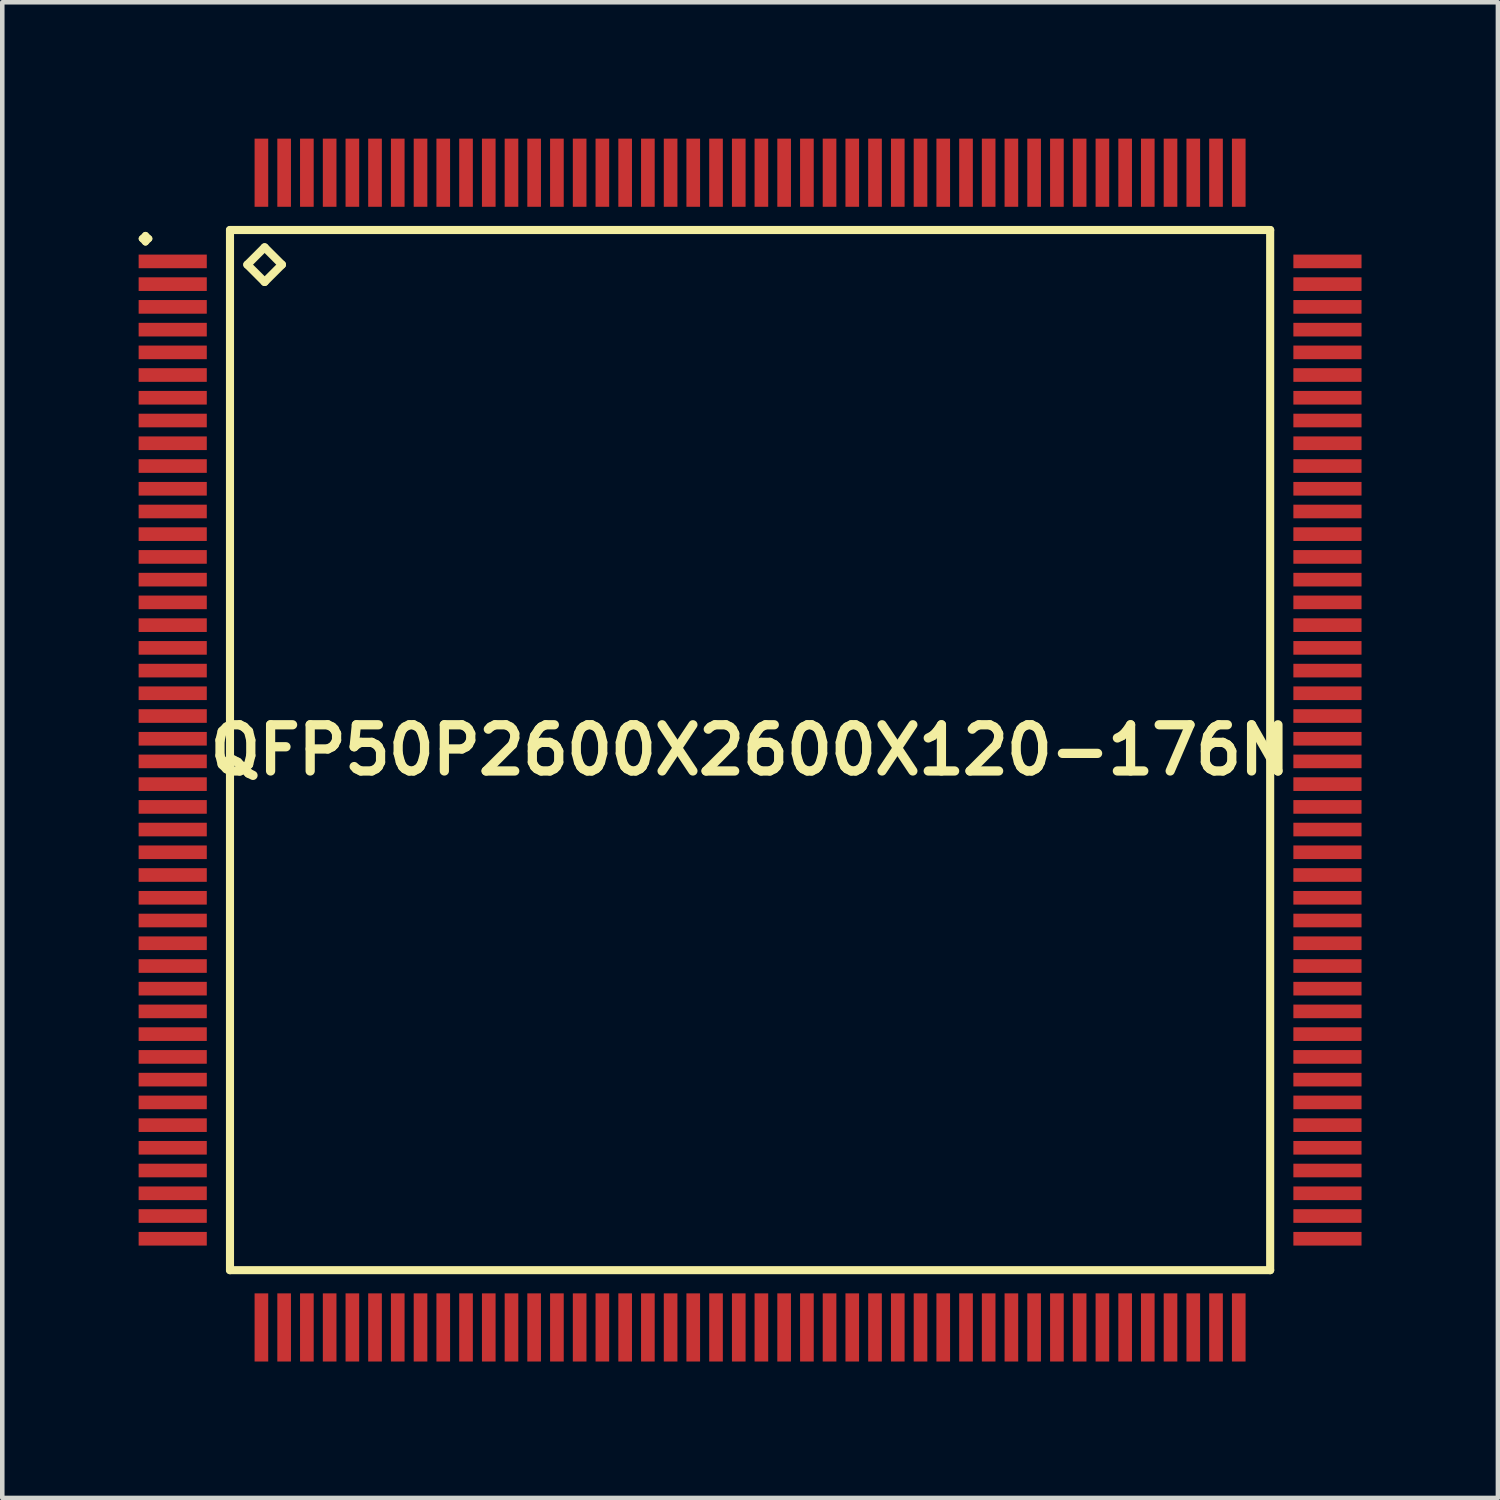
<source format=kicad_pcb>
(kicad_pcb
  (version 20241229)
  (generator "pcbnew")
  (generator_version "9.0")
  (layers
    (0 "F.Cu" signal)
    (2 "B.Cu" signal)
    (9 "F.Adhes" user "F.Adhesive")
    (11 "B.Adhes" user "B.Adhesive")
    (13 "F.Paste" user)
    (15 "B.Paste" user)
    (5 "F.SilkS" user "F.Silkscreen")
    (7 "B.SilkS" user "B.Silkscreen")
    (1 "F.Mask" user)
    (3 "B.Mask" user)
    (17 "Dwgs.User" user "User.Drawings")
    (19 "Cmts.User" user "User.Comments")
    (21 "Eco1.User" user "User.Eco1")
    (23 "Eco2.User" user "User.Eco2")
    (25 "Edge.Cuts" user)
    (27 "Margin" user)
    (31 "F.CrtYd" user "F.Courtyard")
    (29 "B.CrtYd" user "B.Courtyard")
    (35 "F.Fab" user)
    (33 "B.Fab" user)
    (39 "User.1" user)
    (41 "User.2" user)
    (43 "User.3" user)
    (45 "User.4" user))
  (footprint "QFP50P2600X2600X120-176N"
    (layer "F.Cu")
    (at 13.449 13.449)
    (property "Reference" "QFP50P2600X2600X120-176N" (at 0 0 0) (layer "F.SilkS") (effects (font (size 1.016 1.016) (thickness 0.203))))
    (attr smd)
    (fp_line (start -13.373 -11.25) (end -13.299 -11.323) (stroke (width 0.15) (type solid)) (layer "F.SilkS"))
    (fp_line (start -13.299 -11.323) (end -13.223 -11.25) (stroke (width 0.15) (type solid)) (layer "F.SilkS"))
    (fp_line (start -13.299 -11.173) (end -13.373 -11.25) (stroke (width 0.15) (type solid)) (layer "F.SilkS"))
    (fp_line (start -13.223 -11.25) (end -13.299 -11.173) (stroke (width 0.15) (type solid)) (layer "F.SilkS"))
    (fp_line (start -11.44 -11.44) (end -11.44 11.44) (stroke (width 0.178) (type solid)) (layer "F.SilkS"))
    (fp_line (start -11.44 11.44) (end 11.44 11.44) (stroke (width 0.178) (type solid)) (layer "F.SilkS"))
    (fp_line (start -11.059 -10.678) (end -10.678 -11.059) (stroke (width 0.178) (type solid)) (layer "F.SilkS"))
    (fp_line (start -10.678 -11.059) (end -10.297 -10.678) (stroke (width 0.178) (type solid)) (layer "F.SilkS"))
    (fp_line (start -10.678 -10.297) (end -11.059 -10.678) (stroke (width 0.178) (type solid)) (layer "F.SilkS"))
    (fp_line (start -10.297 -10.678) (end -10.678 -10.297) (stroke (width 0.178) (type solid)) (layer "F.SilkS"))
    (fp_line (start 11.44 -11.44) (end -11.44 -11.44) (stroke (width 0.178) (type solid)) (layer "F.SilkS"))
    (fp_line (start 11.44 11.44) (end 11.44 -11.44) (stroke (width 0.178) (type solid)) (layer "F.SilkS"))
    (pad "1" smd rect (at -12.7 -10.749) (size 1.499 0.3) (layers "F.Cu" "F.Mask" "F.Paste"))
    (pad "2" smd rect (at -12.7 -10.249) (size 1.499 0.3) (layers "F.Cu" "F.Mask" "F.Paste"))
    (pad "3" smd rect (at -12.7 -9.749) (size 1.499 0.3) (layers "F.Cu" "F.Mask" "F.Paste"))
    (pad "4" smd rect (at -12.7 -9.248) (size 1.499 0.3) (layers "F.Cu" "F.Mask" "F.Paste"))
    (pad "5" smd rect (at -12.7 -8.748) (size 1.499 0.3) (layers "F.Cu" "F.Mask" "F.Paste"))
    (pad "6" smd rect (at -12.7 -8.25) (size 1.499 0.3) (layers "F.Cu" "F.Mask" "F.Paste"))
    (pad "7" smd rect (at -12.7 -7.75) (size 1.499 0.3) (layers "F.Cu" "F.Mask" "F.Paste"))
    (pad "8" smd rect (at -12.7 -7.249) (size 1.499 0.3) (layers "F.Cu" "F.Mask" "F.Paste"))
    (pad "9" smd rect (at -12.7 -6.749) (size 1.499 0.3) (layers "F.Cu" "F.Mask" "F.Paste"))
    (pad "10" smd rect (at -12.7 -6.248) (size 1.499 0.3) (layers "F.Cu" "F.Mask" "F.Paste"))
    (pad "11" smd rect (at -12.7 -5.748) (size 1.499 0.3) (layers "F.Cu" "F.Mask" "F.Paste"))
    (pad "12" smd rect (at -12.7 -5.248) (size 1.499 0.3) (layers "F.Cu" "F.Mask" "F.Paste"))
    (pad "13" smd rect (at -12.7 -4.75) (size 1.499 0.3) (layers "F.Cu" "F.Mask" "F.Paste"))
    (pad "14" smd rect (at -12.7 -4.249) (size 1.499 0.3) (layers "F.Cu" "F.Mask" "F.Paste"))
    (pad "15" smd rect (at -12.7 -3.749) (size 1.499 0.3) (layers "F.Cu" "F.Mask" "F.Paste"))
    (pad "16" smd rect (at -12.7 -3.249) (size 1.499 0.3) (layers "F.Cu" "F.Mask" "F.Paste"))
    (pad "17" smd rect (at -12.7 -2.748) (size 1.499 0.3) (layers "F.Cu" "F.Mask" "F.Paste"))
    (pad "18" smd rect (at -12.7 -2.248) (size 1.499 0.3) (layers "F.Cu" "F.Mask" "F.Paste"))
    (pad "19" smd rect (at -12.7 -1.748) (size 1.499 0.3) (layers "F.Cu" "F.Mask" "F.Paste"))
    (pad "20" smd rect (at -12.7 -1.25) (size 1.499 0.3) (layers "F.Cu" "F.Mask" "F.Paste"))
    (pad "21" smd rect (at -12.7 -0.749) (size 1.499 0.3) (layers "F.Cu" "F.Mask" "F.Paste"))
    (pad "22" smd rect (at -12.7 -0.249) (size 1.499 0.3) (layers "F.Cu" "F.Mask" "F.Paste"))
    (pad "23" smd rect (at -12.7 0.249) (size 1.499 0.3) (layers "F.Cu" "F.Mask" "F.Paste"))
    (pad "24" smd rect (at -12.7 0.749) (size 1.499 0.3) (layers "F.Cu" "F.Mask" "F.Paste"))
    (pad "25" smd rect (at -12.7 1.25) (size 1.499 0.3) (layers "F.Cu" "F.Mask" "F.Paste"))
    (pad "26" smd rect (at -12.7 1.748) (size 1.499 0.3) (layers "F.Cu" "F.Mask" "F.Paste"))
    (pad "27" smd rect (at -12.7 2.248) (size 1.499 0.3) (layers "F.Cu" "F.Mask" "F.Paste"))
    (pad "28" smd rect (at -12.7 2.748) (size 1.499 0.3) (layers "F.Cu" "F.Mask" "F.Paste"))
    (pad "29" smd rect (at -12.7 3.249) (size 1.499 0.3) (layers "F.Cu" "F.Mask" "F.Paste"))
    (pad "30" smd rect (at -12.7 3.749) (size 1.499 0.3) (layers "F.Cu" "F.Mask" "F.Paste"))
    (pad "31" smd rect (at -12.7 4.249) (size 1.499 0.3) (layers "F.Cu" "F.Mask" "F.Paste"))
    (pad "32" smd rect (at -12.7 4.75) (size 1.499 0.3) (layers "F.Cu" "F.Mask" "F.Paste"))
    (pad "33" smd rect (at -12.7 5.248) (size 1.499 0.3) (layers "F.Cu" "F.Mask" "F.Paste"))
    (pad "34" smd rect (at -12.7 5.748) (size 1.499 0.3) (layers "F.Cu" "F.Mask" "F.Paste"))
    (pad "35" smd rect (at -12.7 6.248) (size 1.499 0.3) (layers "F.Cu" "F.Mask" "F.Paste"))
    (pad "36" smd rect (at -12.7 6.749) (size 1.499 0.3) (layers "F.Cu" "F.Mask" "F.Paste"))
    (pad "37" smd rect (at -12.7 7.249) (size 1.499 0.3) (layers "F.Cu" "F.Mask" "F.Paste"))
    (pad "38" smd rect (at -12.7 7.75) (size 1.499 0.3) (layers "F.Cu" "F.Mask" "F.Paste"))
    (pad "39" smd rect (at -12.7 8.25) (size 1.499 0.3) (layers "F.Cu" "F.Mask" "F.Paste"))
    (pad "40" smd rect (at -12.7 8.748) (size 1.499 0.3) (layers "F.Cu" "F.Mask" "F.Paste"))
    (pad "41" smd rect (at -12.7 9.248) (size 1.499 0.3) (layers "F.Cu" "F.Mask" "F.Paste"))
    (pad "42" smd rect (at -12.7 9.749) (size 1.499 0.3) (layers "F.Cu" "F.Mask" "F.Paste"))
    (pad "43" smd rect (at -12.7 10.249) (size 1.499 0.3) (layers "F.Cu" "F.Mask" "F.Paste"))
    (pad "44" smd rect (at -12.7 10.749) (size 1.499 0.3) (layers "F.Cu" "F.Mask" "F.Paste"))
    (pad "45" smd rect (at -10.749 12.7) (size 0.3 1.499) (layers "F.Cu" "F.Mask" "F.Paste"))
    (pad "46" smd rect (at -10.249 12.7) (size 0.3 1.499) (layers "F.Cu" "F.Mask" "F.Paste"))
    (pad "47" smd rect (at -9.749 12.7) (size 0.3 1.499) (layers "F.Cu" "F.Mask" "F.Paste"))
    (pad "48" smd rect (at -9.248 12.7) (size 0.3 1.499) (layers "F.Cu" "F.Mask" "F.Paste"))
    (pad "49" smd rect (at -8.748 12.7) (size 0.3 1.499) (layers "F.Cu" "F.Mask" "F.Paste"))
    (pad "50" smd rect (at -8.25 12.7) (size 0.3 1.499) (layers "F.Cu" "F.Mask" "F.Paste"))
    (pad "51" smd rect (at -7.75 12.7) (size 0.3 1.499) (layers "F.Cu" "F.Mask" "F.Paste"))
    (pad "52" smd rect (at -7.249 12.7) (size 0.3 1.499) (layers "F.Cu" "F.Mask" "F.Paste"))
    (pad "53" smd rect (at -6.749 12.7) (size 0.3 1.499) (layers "F.Cu" "F.Mask" "F.Paste"))
    (pad "54" smd rect (at -6.248 12.7) (size 0.3 1.499) (layers "F.Cu" "F.Mask" "F.Paste"))
    (pad "55" smd rect (at -5.748 12.7) (size 0.3 1.499) (layers "F.Cu" "F.Mask" "F.Paste"))
    (pad "56" smd rect (at -5.248 12.7) (size 0.3 1.499) (layers "F.Cu" "F.Mask" "F.Paste"))
    (pad "57" smd rect (at -4.75 12.7) (size 0.3 1.499) (layers "F.Cu" "F.Mask" "F.Paste"))
    (pad "58" smd rect (at -4.249 12.7) (size 0.3 1.499) (layers "F.Cu" "F.Mask" "F.Paste"))
    (pad "59" smd rect (at -3.749 12.7) (size 0.3 1.499) (layers "F.Cu" "F.Mask" "F.Paste"))
    (pad "60" smd rect (at -3.249 12.7) (size 0.3 1.499) (layers "F.Cu" "F.Mask" "F.Paste"))
    (pad "61" smd rect (at -2.748 12.7) (size 0.3 1.499) (layers "F.Cu" "F.Mask" "F.Paste"))
    (pad "62" smd rect (at -2.248 12.7) (size 0.3 1.499) (layers "F.Cu" "F.Mask" "F.Paste"))
    (pad "63" smd rect (at -1.748 12.7) (size 0.3 1.499) (layers "F.Cu" "F.Mask" "F.Paste"))
    (pad "64" smd rect (at -1.25 12.7) (size 0.3 1.499) (layers "F.Cu" "F.Mask" "F.Paste"))
    (pad "65" smd rect (at -0.749 12.7) (size 0.3 1.499) (layers "F.Cu" "F.Mask" "F.Paste"))
    (pad "66" smd rect (at -0.249 12.7) (size 0.3 1.499) (layers "F.Cu" "F.Mask" "F.Paste"))
    (pad "67" smd rect (at 0.249 12.7) (size 0.3 1.499) (layers "F.Cu" "F.Mask" "F.Paste"))
    (pad "68" smd rect (at 0.749 12.7) (size 0.3 1.499) (layers "F.Cu" "F.Mask" "F.Paste"))
    (pad "69" smd rect (at 1.25 12.7) (size 0.3 1.499) (layers "F.Cu" "F.Mask" "F.Paste"))
    (pad "70" smd rect (at 1.748 12.7) (size 0.3 1.499) (layers "F.Cu" "F.Mask" "F.Paste"))
    (pad "71" smd rect (at 2.248 12.7) (size 0.3 1.499) (layers "F.Cu" "F.Mask" "F.Paste"))
    (pad "72" smd rect (at 2.748 12.7) (size 0.3 1.499) (layers "F.Cu" "F.Mask" "F.Paste"))
    (pad "73" smd rect (at 3.249 12.7) (size 0.3 1.499) (layers "F.Cu" "F.Mask" "F.Paste"))
    (pad "74" smd rect (at 3.749 12.7) (size 0.3 1.499) (layers "F.Cu" "F.Mask" "F.Paste"))
    (pad "75" smd rect (at 4.249 12.7) (size 0.3 1.499) (layers "F.Cu" "F.Mask" "F.Paste"))
    (pad "76" smd rect (at 4.75 12.7) (size 0.3 1.499) (layers "F.Cu" "F.Mask" "F.Paste"))
    (pad "77" smd rect (at 5.248 12.7) (size 0.3 1.499) (layers "F.Cu" "F.Mask" "F.Paste"))
    (pad "78" smd rect (at 5.748 12.7) (size 0.3 1.499) (layers "F.Cu" "F.Mask" "F.Paste"))
    (pad "79" smd rect (at 6.248 12.7) (size 0.3 1.499) (layers "F.Cu" "F.Mask" "F.Paste"))
    (pad "80" smd rect (at 6.749 12.7) (size 0.3 1.499) (layers "F.Cu" "F.Mask" "F.Paste"))
    (pad "81" smd rect (at 7.249 12.7) (size 0.3 1.499) (layers "F.Cu" "F.Mask" "F.Paste"))
    (pad "82" smd rect (at 7.75 12.7) (size 0.3 1.499) (layers "F.Cu" "F.Mask" "F.Paste"))
    (pad "83" smd rect (at 8.25 12.7) (size 0.3 1.499) (layers "F.Cu" "F.Mask" "F.Paste"))
    (pad "84" smd rect (at 8.748 12.7) (size 0.3 1.499) (layers "F.Cu" "F.Mask" "F.Paste"))
    (pad "85" smd rect (at 9.248 12.7) (size 0.3 1.499) (layers "F.Cu" "F.Mask" "F.Paste"))
    (pad "86" smd rect (at 9.749 12.7) (size 0.3 1.499) (layers "F.Cu" "F.Mask" "F.Paste"))
    (pad "87" smd rect (at 10.249 12.7) (size 0.3 1.499) (layers "F.Cu" "F.Mask" "F.Paste"))
    (pad "88" smd rect (at 10.749 12.7) (size 0.3 1.499) (layers "F.Cu" "F.Mask" "F.Paste"))
    (pad "89" smd rect (at 12.7 10.749) (size 1.499 0.3) (layers "F.Cu" "F.Mask" "F.Paste"))
    (pad "90" smd rect (at 12.7 10.249) (size 1.499 0.3) (layers "F.Cu" "F.Mask" "F.Paste"))
    (pad "91" smd rect (at 12.7 9.749) (size 1.499 0.3) (layers "F.Cu" "F.Mask" "F.Paste"))
    (pad "92" smd rect (at 12.7 9.248) (size 1.499 0.3) (layers "F.Cu" "F.Mask" "F.Paste"))
    (pad "93" smd rect (at 12.7 8.748) (size 1.499 0.3) (layers "F.Cu" "F.Mask" "F.Paste"))
    (pad "94" smd rect (at 12.7 8.25) (size 1.499 0.3) (layers "F.Cu" "F.Mask" "F.Paste"))
    (pad "95" smd rect (at 12.7 7.75) (size 1.499 0.3) (layers "F.Cu" "F.Mask" "F.Paste"))
    (pad "96" smd rect (at 12.7 7.249) (size 1.499 0.3) (layers "F.Cu" "F.Mask" "F.Paste"))
    (pad "97" smd rect (at 12.7 6.749) (size 1.499 0.3) (layers "F.Cu" "F.Mask" "F.Paste"))
    (pad "98" smd rect (at 12.7 6.248) (size 1.499 0.3) (layers "F.Cu" "F.Mask" "F.Paste"))
    (pad "99" smd rect (at 12.7 5.748) (size 1.499 0.3) (layers "F.Cu" "F.Mask" "F.Paste"))
    (pad "100" smd rect (at 12.7 5.248) (size 1.499 0.3) (layers "F.Cu" "F.Mask" "F.Paste"))
    (pad "101" smd rect (at 12.7 4.75) (size 1.499 0.3) (layers "F.Cu" "F.Mask" "F.Paste"))
    (pad "102" smd rect (at 12.7 4.249) (size 1.499 0.3) (layers "F.Cu" "F.Mask" "F.Paste"))
    (pad "103" smd rect (at 12.7 3.749) (size 1.499 0.3) (layers "F.Cu" "F.Mask" "F.Paste"))
    (pad "104" smd rect (at 12.7 3.249) (size 1.499 0.3) (layers "F.Cu" "F.Mask" "F.Paste"))
    (pad "105" smd rect (at 12.7 2.748) (size 1.499 0.3) (layers "F.Cu" "F.Mask" "F.Paste"))
    (pad "106" smd rect (at 12.7 2.248) (size 1.499 0.3) (layers "F.Cu" "F.Mask" "F.Paste"))
    (pad "107" smd rect (at 12.7 1.748) (size 1.499 0.3) (layers "F.Cu" "F.Mask" "F.Paste"))
    (pad "108" smd rect (at 12.7 1.25) (size 1.499 0.3) (layers "F.Cu" "F.Mask" "F.Paste"))
    (pad "109" smd rect (at 12.7 0.749) (size 1.499 0.3) (layers "F.Cu" "F.Mask" "F.Paste"))
    (pad "110" smd rect (at 12.7 0.249) (size 1.499 0.3) (layers "F.Cu" "F.Mask" "F.Paste"))
    (pad "111" smd rect (at 12.7 -0.249) (size 1.499 0.3) (layers "F.Cu" "F.Mask" "F.Paste"))
    (pad "112" smd rect (at 12.7 -0.749) (size 1.499 0.3) (layers "F.Cu" "F.Mask" "F.Paste"))
    (pad "113" smd rect (at 12.7 -1.25) (size 1.499 0.3) (layers "F.Cu" "F.Mask" "F.Paste"))
    (pad "114" smd rect (at 12.7 -1.748) (size 1.499 0.3) (layers "F.Cu" "F.Mask" "F.Paste"))
    (pad "115" smd rect (at 12.7 -2.248) (size 1.499 0.3) (layers "F.Cu" "F.Mask" "F.Paste"))
    (pad "116" smd rect (at 12.7 -2.748) (size 1.499 0.3) (layers "F.Cu" "F.Mask" "F.Paste"))
    (pad "117" smd rect (at 12.7 -3.249) (size 1.499 0.3) (layers "F.Cu" "F.Mask" "F.Paste"))
    (pad "118" smd rect (at 12.7 -3.749) (size 1.499 0.3) (layers "F.Cu" "F.Mask" "F.Paste"))
    (pad "119" smd rect (at 12.7 -4.249) (size 1.499 0.3) (layers "F.Cu" "F.Mask" "F.Paste"))
    (pad "120" smd rect (at 12.7 -4.75) (size 1.499 0.3) (layers "F.Cu" "F.Mask" "F.Paste"))
    (pad "121" smd rect (at 12.7 -5.248) (size 1.499 0.3) (layers "F.Cu" "F.Mask" "F.Paste"))
    (pad "122" smd rect (at 12.7 -5.748) (size 1.499 0.3) (layers "F.Cu" "F.Mask" "F.Paste"))
    (pad "123" smd rect (at 12.7 -6.248) (size 1.499 0.3) (layers "F.Cu" "F.Mask" "F.Paste"))
    (pad "124" smd rect (at 12.7 -6.749) (size 1.499 0.3) (layers "F.Cu" "F.Mask" "F.Paste"))
    (pad "125" smd rect (at 12.7 -7.249) (size 1.499 0.3) (layers "F.Cu" "F.Mask" "F.Paste"))
    (pad "126" smd rect (at 12.7 -7.75) (size 1.499 0.3) (layers "F.Cu" "F.Mask" "F.Paste"))
    (pad "127" smd rect (at 12.7 -8.25) (size 1.499 0.3) (layers "F.Cu" "F.Mask" "F.Paste"))
    (pad "128" smd rect (at 12.7 -8.748) (size 1.499 0.3) (layers "F.Cu" "F.Mask" "F.Paste"))
    (pad "129" smd rect (at 12.7 -9.248) (size 1.499 0.3) (layers "F.Cu" "F.Mask" "F.Paste"))
    (pad "130" smd rect (at 12.7 -9.749) (size 1.499 0.3) (layers "F.Cu" "F.Mask" "F.Paste"))
    (pad "131" smd rect (at 12.7 -10.249) (size 1.499 0.3) (layers "F.Cu" "F.Mask" "F.Paste"))
    (pad "132" smd rect (at 12.7 -10.749) (size 1.499 0.3) (layers "F.Cu" "F.Mask" "F.Paste"))
    (pad "133" smd rect (at 10.749 -12.7) (size 0.3 1.499) (layers "F.Cu" "F.Mask" "F.Paste"))
    (pad "134" smd rect (at 10.249 -12.7) (size 0.3 1.499) (layers "F.Cu" "F.Mask" "F.Paste"))
    (pad "135" smd rect (at 9.749 -12.7) (size 0.3 1.499) (layers "F.Cu" "F.Mask" "F.Paste"))
    (pad "136" smd rect (at 9.248 -12.7) (size 0.3 1.499) (layers "F.Cu" "F.Mask" "F.Paste"))
    (pad "137" smd rect (at 8.748 -12.7) (size 0.3 1.499) (layers "F.Cu" "F.Mask" "F.Paste"))
    (pad "138" smd rect (at 8.25 -12.7) (size 0.3 1.499) (layers "F.Cu" "F.Mask" "F.Paste"))
    (pad "139" smd rect (at 7.75 -12.7) (size 0.3 1.499) (layers "F.Cu" "F.Mask" "F.Paste"))
    (pad "140" smd rect (at 7.249 -12.7) (size 0.3 1.499) (layers "F.Cu" "F.Mask" "F.Paste"))
    (pad "141" smd rect (at 6.749 -12.7) (size 0.3 1.499) (layers "F.Cu" "F.Mask" "F.Paste"))
    (pad "142" smd rect (at 6.248 -12.7) (size 0.3 1.499) (layers "F.Cu" "F.Mask" "F.Paste"))
    (pad "143" smd rect (at 5.748 -12.7) (size 0.3 1.499) (layers "F.Cu" "F.Mask" "F.Paste"))
    (pad "144" smd rect (at 5.248 -12.7) (size 0.3 1.499) (layers "F.Cu" "F.Mask" "F.Paste"))
    (pad "145" smd rect (at 4.75 -12.7) (size 0.3 1.499) (layers "F.Cu" "F.Mask" "F.Paste"))
    (pad "146" smd rect (at 4.249 -12.7) (size 0.3 1.499) (layers "F.Cu" "F.Mask" "F.Paste"))
    (pad "147" smd rect (at 3.749 -12.7) (size 0.3 1.499) (layers "F.Cu" "F.Mask" "F.Paste"))
    (pad "148" smd rect (at 3.249 -12.7) (size 0.3 1.499) (layers "F.Cu" "F.Mask" "F.Paste"))
    (pad "149" smd rect (at 2.748 -12.7) (size 0.3 1.499) (layers "F.Cu" "F.Mask" "F.Paste"))
    (pad "150" smd rect (at 2.248 -12.7) (size 0.3 1.499) (layers "F.Cu" "F.Mask" "F.Paste"))
    (pad "151" smd rect (at 1.748 -12.7) (size 0.3 1.499) (layers "F.Cu" "F.Mask" "F.Paste"))
    (pad "152" smd rect (at 1.25 -12.7) (size 0.3 1.499) (layers "F.Cu" "F.Mask" "F.Paste"))
    (pad "153" smd rect (at 0.749 -12.7) (size 0.3 1.499) (layers "F.Cu" "F.Mask" "F.Paste"))
    (pad "154" smd rect (at 0.249 -12.7) (size 0.3 1.499) (layers "F.Cu" "F.Mask" "F.Paste"))
    (pad "155" smd rect (at -0.249 -12.7) (size 0.3 1.499) (layers "F.Cu" "F.Mask" "F.Paste"))
    (pad "156" smd rect (at -0.749 -12.7) (size 0.3 1.499) (layers "F.Cu" "F.Mask" "F.Paste"))
    (pad "157" smd rect (at -1.25 -12.7) (size 0.3 1.499) (layers "F.Cu" "F.Mask" "F.Paste"))
    (pad "158" smd rect (at -1.748 -12.7) (size 0.3 1.499) (layers "F.Cu" "F.Mask" "F.Paste"))
    (pad "159" smd rect (at -2.248 -12.7) (size 0.3 1.499) (layers "F.Cu" "F.Mask" "F.Paste"))
    (pad "160" smd rect (at -2.748 -12.7) (size 0.3 1.499) (layers "F.Cu" "F.Mask" "F.Paste"))
    (pad "161" smd rect (at -3.249 -12.7) (size 0.3 1.499) (layers "F.Cu" "F.Mask" "F.Paste"))
    (pad "162" smd rect (at -3.749 -12.7) (size 0.3 1.499) (layers "F.Cu" "F.Mask" "F.Paste"))
    (pad "163" smd rect (at -4.249 -12.7) (size 0.3 1.499) (layers "F.Cu" "F.Mask" "F.Paste"))
    (pad "164" smd rect (at -4.75 -12.7) (size 0.3 1.499) (layers "F.Cu" "F.Mask" "F.Paste"))
    (pad "165" smd rect (at -5.248 -12.7) (size 0.3 1.499) (layers "F.Cu" "F.Mask" "F.Paste"))
    (pad "166" smd rect (at -5.748 -12.7) (size 0.3 1.499) (layers "F.Cu" "F.Mask" "F.Paste"))
    (pad "167" smd rect (at -6.248 -12.7) (size 0.3 1.499) (layers "F.Cu" "F.Mask" "F.Paste"))
    (pad "168" smd rect (at -6.749 -12.7) (size 0.3 1.499) (layers "F.Cu" "F.Mask" "F.Paste"))
    (pad "169" smd rect (at -7.249 -12.7) (size 0.3 1.499) (layers "F.Cu" "F.Mask" "F.Paste"))
    (pad "170" smd rect (at -7.75 -12.7) (size 0.3 1.499) (layers "F.Cu" "F.Mask" "F.Paste"))
    (pad "171" smd rect (at -8.25 -12.7) (size 0.3 1.499) (layers "F.Cu" "F.Mask" "F.Paste"))
    (pad "172" smd rect (at -8.748 -12.7) (size 0.3 1.499) (layers "F.Cu" "F.Mask" "F.Paste"))
    (pad "173" smd rect (at -9.248 -12.7) (size 0.3 1.499) (layers "F.Cu" "F.Mask" "F.Paste"))
    (pad "174" smd rect (at -9.749 -12.7) (size 0.3 1.499) (layers "F.Cu" "F.Mask" "F.Paste"))
    (pad "175" smd rect (at -10.249 -12.7) (size 0.3 1.499) (layers "F.Cu" "F.Mask" "F.Paste"))
    (pad "176" smd rect (at -10.749 -12.7) (size 0.3 1.499) (layers "F.Cu" "F.Mask" "F.Paste")))
  (gr_rect
    (start -3 -3)
    (end 29.899 29.899)
    (stroke (width 0.1) (type default))
    (fill no)
    (layer "Edge.Cuts")))
</source>
